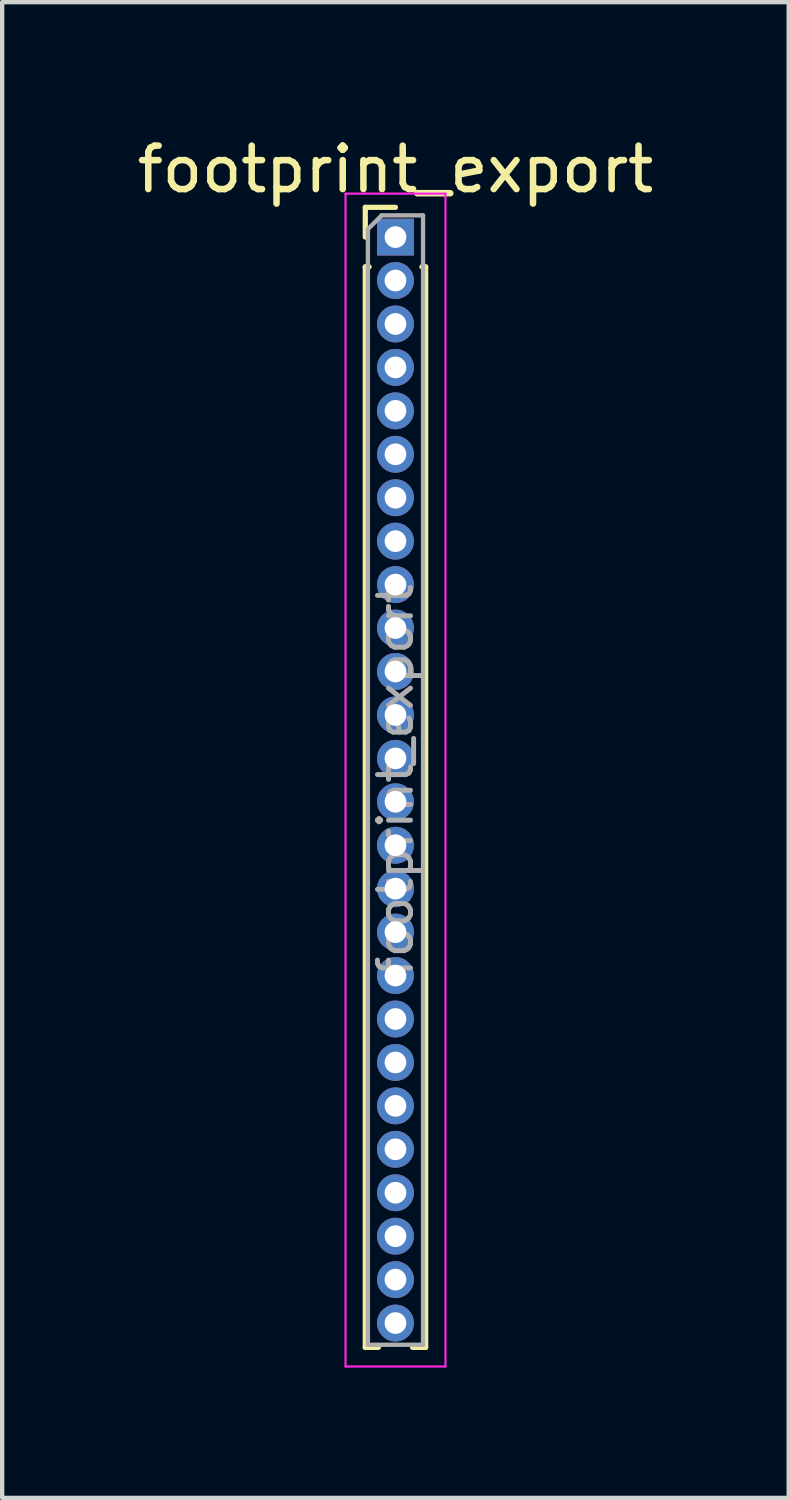
<source format=kicad_pcb>
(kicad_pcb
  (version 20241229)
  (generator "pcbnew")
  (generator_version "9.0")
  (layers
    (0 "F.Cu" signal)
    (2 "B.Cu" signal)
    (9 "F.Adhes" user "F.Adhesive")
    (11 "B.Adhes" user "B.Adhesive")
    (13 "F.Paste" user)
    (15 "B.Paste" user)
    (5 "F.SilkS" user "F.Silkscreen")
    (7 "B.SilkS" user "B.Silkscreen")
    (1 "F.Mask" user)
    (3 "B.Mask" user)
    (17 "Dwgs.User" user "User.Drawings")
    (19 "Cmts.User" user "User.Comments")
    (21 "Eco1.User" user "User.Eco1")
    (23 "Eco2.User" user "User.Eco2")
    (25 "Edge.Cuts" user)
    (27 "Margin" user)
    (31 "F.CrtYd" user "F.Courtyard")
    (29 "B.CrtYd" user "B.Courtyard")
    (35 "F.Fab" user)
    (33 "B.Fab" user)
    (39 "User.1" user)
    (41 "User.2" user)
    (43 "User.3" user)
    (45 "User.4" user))
  (footprint "footprint_export"
    (layer "F.Cu")
    (at 6.054 2.408)
    (property "Reference" "footprint_export" (at 0 -1.56 0) (layer "F.SilkS") (effects (font (size 1 1) (thickness 0.15))))
    (attr through_hole)
    (fp_line (start -0.695 -0.685) (end 0 -0.685) (stroke (width 0.12) (type solid)) (layer "F.SilkS"))
    (fp_line (start -0.695 0) (end -0.695 -0.685) (stroke (width 0.12) (type solid)) (layer "F.SilkS"))
    (fp_line (start -0.695 0.685) (end -0.695 25.56) (stroke (width 0.12) (type solid)) (layer "F.SilkS"))
    (fp_line (start -0.695 0.685) (end -0.608 0.685) (stroke (width 0.12) (type solid)) (layer "F.SilkS"))
    (fp_line (start -0.695 25.56) (end -0.394 25.56) (stroke (width 0.12) (type solid)) (layer "F.SilkS"))
    (fp_line (start 0.394 25.56) (end 0.695 25.56) (stroke (width 0.12) (type solid)) (layer "F.SilkS"))
    (fp_line (start 0.608 0.685) (end 0.695 0.685) (stroke (width 0.12) (type solid)) (layer "F.SilkS"))
    (fp_line (start 0.695 0.685) (end 0.695 25.56) (stroke (width 0.12) (type solid)) (layer "F.SilkS"))
    (fp_line (start -1.15 -1) (end -1.15 26) (stroke (width 0.05) (type solid)) (layer "F.CrtYd"))
    (fp_line (start -1.15 26) (end 1.15 26) (stroke (width 0.05) (type solid)) (layer "F.CrtYd"))
    (fp_line (start 1.15 -1) (end -1.15 -1) (stroke (width 0.05) (type solid)) (layer "F.CrtYd"))
    (fp_line (start 1.15 26) (end 1.15 -1) (stroke (width 0.05) (type solid)) (layer "F.CrtYd"))
    (fp_line (start -0.635 -0.182) (end -0.318 -0.5) (stroke (width 0.1) (type solid)) (layer "F.Fab"))
    (fp_line (start -0.635 25.5) (end -0.635 -0.182) (stroke (width 0.1) (type solid)) (layer "F.Fab"))
    (fp_line (start -0.318 -0.5) (end 0.635 -0.5) (stroke (width 0.1) (type solid)) (layer "F.Fab"))
    (fp_line (start 0.635 -0.5) (end 0.635 25.5) (stroke (width 0.1) (type solid)) (layer "F.Fab"))
    (fp_line (start 0.635 25.5) (end -0.635 25.5) (stroke (width 0.1) (type solid)) (layer "F.Fab"))
    (fp_text user "${REFERENCE}" (at 0 12.5 90) (layer "F.Fab") (effects (font (size 0.76 0.76) (thickness 0.114))))
    (pad "1" thru_hole rect (at 0 0) (size 0.85 0.85) (drill 0.5) (layers "*.Cu" "*.Mask"))
    (pad "2" thru_hole oval (at 0 1) (size 0.85 0.85) (drill 0.5) (layers "*.Cu" "*.Mask"))
    (pad "3" thru_hole oval (at 0 2) (size 0.85 0.85) (drill 0.5) (layers "*.Cu" "*.Mask"))
    (pad "4" thru_hole oval (at 0 3) (size 0.85 0.85) (drill 0.5) (layers "*.Cu" "*.Mask"))
    (pad "5" thru_hole oval (at 0 4) (size 0.85 0.85) (drill 0.5) (layers "*.Cu" "*.Mask"))
    (pad "6" thru_hole oval (at 0 5) (size 0.85 0.85) (drill 0.5) (layers "*.Cu" "*.Mask"))
    (pad "7" thru_hole oval (at 0 6) (size 0.85 0.85) (drill 0.5) (layers "*.Cu" "*.Mask"))
    (pad "8" thru_hole oval (at 0 7) (size 0.85 0.85) (drill 0.5) (layers "*.Cu" "*.Mask"))
    (pad "9" thru_hole oval (at 0 8) (size 0.85 0.85) (drill 0.5) (layers "*.Cu" "*.Mask"))
    (pad "10" thru_hole oval (at 0 9) (size 0.85 0.85) (drill 0.5) (layers "*.Cu" "*.Mask"))
    (pad "11" thru_hole oval (at 0 10) (size 0.85 0.85) (drill 0.5) (layers "*.Cu" "*.Mask"))
    (pad "12" thru_hole oval (at 0 11) (size 0.85 0.85) (drill 0.5) (layers "*.Cu" "*.Mask"))
    (pad "13" thru_hole oval (at 0 12) (size 0.85 0.85) (drill 0.5) (layers "*.Cu" "*.Mask"))
    (pad "14" thru_hole oval (at 0 13) (size 0.85 0.85) (drill 0.5) (layers "*.Cu" "*.Mask"))
    (pad "15" thru_hole oval (at 0 14) (size 0.85 0.85) (drill 0.5) (layers "*.Cu" "*.Mask"))
    (pad "16" thru_hole oval (at 0 15) (size 0.85 0.85) (drill 0.5) (layers "*.Cu" "*.Mask"))
    (pad "17" thru_hole oval (at 0 16) (size 0.85 0.85) (drill 0.5) (layers "*.Cu" "*.Mask"))
    (pad "18" thru_hole oval (at 0 17) (size 0.85 0.85) (drill 0.5) (layers "*.Cu" "*.Mask"))
    (pad "19" thru_hole oval (at 0 18) (size 0.85 0.85) (drill 0.5) (layers "*.Cu" "*.Mask"))
    (pad "20" thru_hole oval (at 0 19) (size 0.85 0.85) (drill 0.5) (layers "*.Cu" "*.Mask"))
    (pad "21" thru_hole oval (at 0 20) (size 0.85 0.85) (drill 0.5) (layers "*.Cu" "*.Mask"))
    (pad "22" thru_hole oval (at 0 21) (size 0.85 0.85) (drill 0.5) (layers "*.Cu" "*.Mask"))
    (pad "23" thru_hole oval (at 0 22) (size 0.85 0.85) (drill 0.5) (layers "*.Cu" "*.Mask"))
    (pad "24" thru_hole oval (at 0 23) (size 0.85 0.85) (drill 0.5) (layers "*.Cu" "*.Mask"))
    (pad "25" thru_hole oval (at 0 24) (size 0.85 0.85) (drill 0.5) (layers "*.Cu" "*.Mask"))
    (pad "26" thru_hole oval (at 0 25) (size 0.85 0.85) (drill 0.5) (layers "*.Cu" "*.Mask")))
  (gr_rect
    (start -3 -3)
    (end 15.107 31.433)
    (stroke (width 0.1) (type default))
    (fill no)
    (layer "Edge.Cuts")))
</source>
